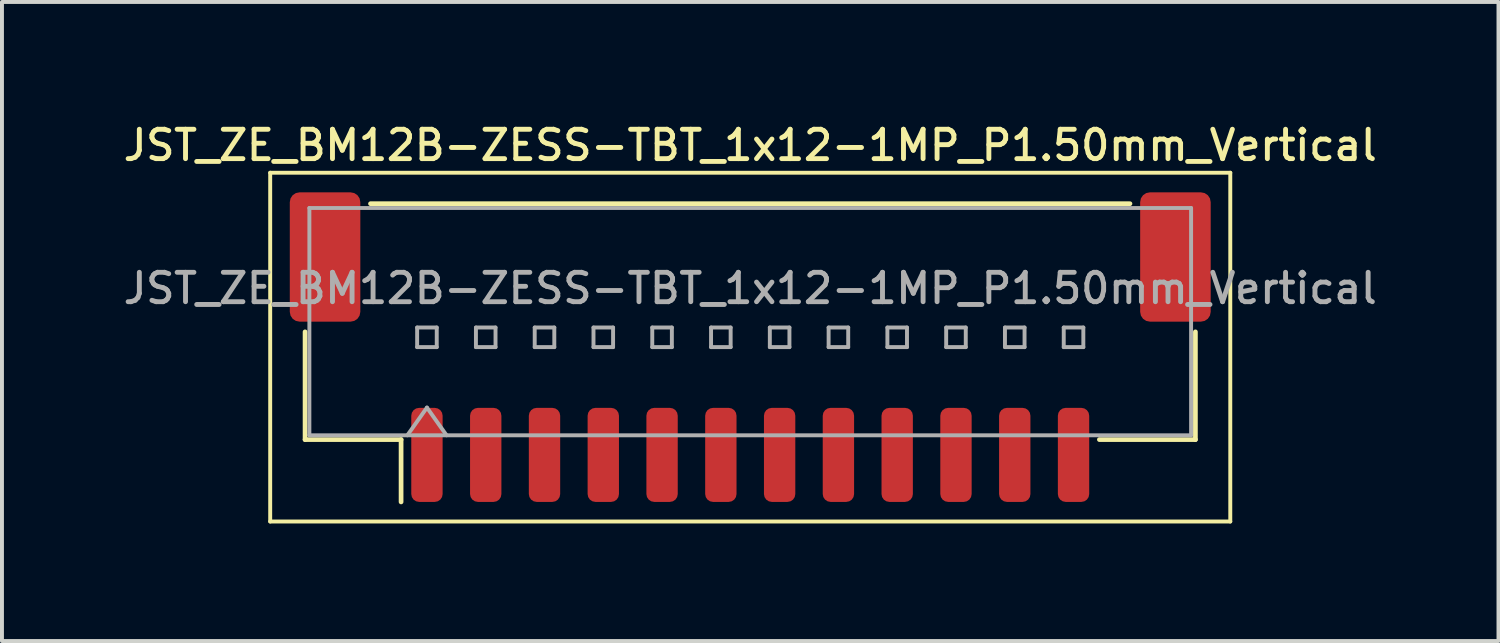
<source format=kicad_pcb>
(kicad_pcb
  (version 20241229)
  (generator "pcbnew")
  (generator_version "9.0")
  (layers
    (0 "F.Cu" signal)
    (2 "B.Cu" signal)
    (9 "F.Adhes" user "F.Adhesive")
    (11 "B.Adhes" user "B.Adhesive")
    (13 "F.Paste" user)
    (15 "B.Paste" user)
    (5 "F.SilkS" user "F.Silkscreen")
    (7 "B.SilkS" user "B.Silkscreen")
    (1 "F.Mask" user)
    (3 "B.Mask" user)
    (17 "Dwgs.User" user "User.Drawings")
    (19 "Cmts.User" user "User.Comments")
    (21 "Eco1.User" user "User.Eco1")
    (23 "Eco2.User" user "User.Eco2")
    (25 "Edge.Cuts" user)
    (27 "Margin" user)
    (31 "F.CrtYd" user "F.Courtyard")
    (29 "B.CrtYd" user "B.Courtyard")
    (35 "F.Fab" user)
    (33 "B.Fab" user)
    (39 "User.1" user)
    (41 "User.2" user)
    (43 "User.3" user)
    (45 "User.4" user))
  (footprint "JST_ZE_BM12B-ZESS-TBT_1x12-1MP_P1.50mm_Vertical"
    (layer "F.Cu")
    (at 16.095 5.808)
    (property "Reference" "JST_ZE_BM12B-ZESS-TBT_1x12-1MP_P1.50mm_Vertical" (at 0 -5.15 0) (layer "F.SilkS") (effects (font (size 0.75 0.75) (thickness 0.125))))
    (attr smd)
    (fp_line (start -12.25 -4.45) (end -12.25 4.45) (stroke (width 0.1) (type solid)) (layer "F.SilkS"))
    (fp_line (start -12.25 4.45) (end 12.25 4.45) (stroke (width 0.1) (type solid)) (layer "F.SilkS"))
    (fp_line (start -11.36 -0.39) (end -11.36 2.36) (stroke (width 0.12) (type solid)) (layer "F.SilkS"))
    (fp_line (start -11.36 2.36) (end -8.91 2.36) (stroke (width 0.12) (type solid)) (layer "F.SilkS"))
    (fp_line (start -9.69 -3.66) (end 9.69 -3.66) (stroke (width 0.12) (type solid)) (layer "F.SilkS"))
    (fp_line (start -8.91 2.36) (end -8.91 3.95) (stroke (width 0.12) (type solid)) (layer "F.SilkS"))
    (fp_line (start 11.36 -0.39) (end 11.36 2.36) (stroke (width 0.12) (type solid)) (layer "F.SilkS"))
    (fp_line (start 11.36 2.36) (end 8.91 2.36) (stroke (width 0.12) (type solid)) (layer "F.SilkS"))
    (fp_line (start 12.25 -4.45) (end -12.25 -4.45) (stroke (width 0.1) (type solid)) (layer "F.SilkS"))
    (fp_line (start 12.25 4.45) (end 12.25 -4.45) (stroke (width 0.1) (type solid)) (layer "F.SilkS"))
    (fp_line (start -11.25 -3.55) (end 11.25 -3.55) (stroke (width 0.1) (type solid)) (layer "F.Fab"))
    (fp_line (start -11.25 2.25) (end -11.25 -3.55) (stroke (width 0.1) (type solid)) (layer "F.Fab"))
    (fp_line (start -11.25 2.25) (end 11.25 2.25) (stroke (width 0.1) (type solid)) (layer "F.Fab"))
    (fp_line (start -8.75 2.25) (end -8.25 1.543) (stroke (width 0.1) (type solid)) (layer "F.Fab"))
    (fp_line (start -8.5 -0.5) (end -8.5 0) (stroke (width 0.1) (type solid)) (layer "F.Fab"))
    (fp_line (start -8.5 0) (end -8 0) (stroke (width 0.1) (type solid)) (layer "F.Fab"))
    (fp_line (start -8.25 1.543) (end -7.75 2.25) (stroke (width 0.1) (type solid)) (layer "F.Fab"))
    (fp_line (start -8 -0.5) (end -8.5 -0.5) (stroke (width 0.1) (type solid)) (layer "F.Fab"))
    (fp_line (start -8 0) (end -8 -0.5) (stroke (width 0.1) (type solid)) (layer "F.Fab"))
    (fp_line (start -7 -0.5) (end -7 0) (stroke (width 0.1) (type solid)) (layer "F.Fab"))
    (fp_line (start -7 0) (end -6.5 0) (stroke (width 0.1) (type solid)) (layer "F.Fab"))
    (fp_line (start -6.5 -0.5) (end -7 -0.5) (stroke (width 0.1) (type solid)) (layer "F.Fab"))
    (fp_line (start -6.5 0) (end -6.5 -0.5) (stroke (width 0.1) (type solid)) (layer "F.Fab"))
    (fp_line (start -5.5 -0.5) (end -5.5 0) (stroke (width 0.1) (type solid)) (layer "F.Fab"))
    (fp_line (start -5.5 0) (end -5 0) (stroke (width 0.1) (type solid)) (layer "F.Fab"))
    (fp_line (start -5 -0.5) (end -5.5 -0.5) (stroke (width 0.1) (type solid)) (layer "F.Fab"))
    (fp_line (start -5 0) (end -5 -0.5) (stroke (width 0.1) (type solid)) (layer "F.Fab"))
    (fp_line (start -4 -0.5) (end -4 0) (stroke (width 0.1) (type solid)) (layer "F.Fab"))
    (fp_line (start -4 0) (end -3.5 0) (stroke (width 0.1) (type solid)) (layer "F.Fab"))
    (fp_line (start -3.5 -0.5) (end -4 -0.5) (stroke (width 0.1) (type solid)) (layer "F.Fab"))
    (fp_line (start -3.5 0) (end -3.5 -0.5) (stroke (width 0.1) (type solid)) (layer "F.Fab"))
    (fp_line (start -2.5 -0.5) (end -2.5 0) (stroke (width 0.1) (type solid)) (layer "F.Fab"))
    (fp_line (start -2.5 0) (end -2 0) (stroke (width 0.1) (type solid)) (layer "F.Fab"))
    (fp_line (start -2 -0.5) (end -2.5 -0.5) (stroke (width 0.1) (type solid)) (layer "F.Fab"))
    (fp_line (start -2 0) (end -2 -0.5) (stroke (width 0.1) (type solid)) (layer "F.Fab"))
    (fp_line (start -1 -0.5) (end -1 0) (stroke (width 0.1) (type solid)) (layer "F.Fab"))
    (fp_line (start -1 0) (end -0.5 0) (stroke (width 0.1) (type solid)) (layer "F.Fab"))
    (fp_line (start -0.5 -0.5) (end -1 -0.5) (stroke (width 0.1) (type solid)) (layer "F.Fab"))
    (fp_line (start -0.5 0) (end -0.5 -0.5) (stroke (width 0.1) (type solid)) (layer "F.Fab"))
    (fp_line (start 0.5 -0.5) (end 0.5 0) (stroke (width 0.1) (type solid)) (layer "F.Fab"))
    (fp_line (start 0.5 0) (end 1 0) (stroke (width 0.1) (type solid)) (layer "F.Fab"))
    (fp_line (start 1 -0.5) (end 0.5 -0.5) (stroke (width 0.1) (type solid)) (layer "F.Fab"))
    (fp_line (start 1 0) (end 1 -0.5) (stroke (width 0.1) (type solid)) (layer "F.Fab"))
    (fp_line (start 2 -0.5) (end 2 0) (stroke (width 0.1) (type solid)) (layer "F.Fab"))
    (fp_line (start 2 0) (end 2.5 0) (stroke (width 0.1) (type solid)) (layer "F.Fab"))
    (fp_line (start 2.5 -0.5) (end 2 -0.5) (stroke (width 0.1) (type solid)) (layer "F.Fab"))
    (fp_line (start 2.5 0) (end 2.5 -0.5) (stroke (width 0.1) (type solid)) (layer "F.Fab"))
    (fp_line (start 3.5 -0.5) (end 3.5 0) (stroke (width 0.1) (type solid)) (layer "F.Fab"))
    (fp_line (start 3.5 0) (end 4 0) (stroke (width 0.1) (type solid)) (layer "F.Fab"))
    (fp_line (start 4 -0.5) (end 3.5 -0.5) (stroke (width 0.1) (type solid)) (layer "F.Fab"))
    (fp_line (start 4 0) (end 4 -0.5) (stroke (width 0.1) (type solid)) (layer "F.Fab"))
    (fp_line (start 5 -0.5) (end 5 0) (stroke (width 0.1) (type solid)) (layer "F.Fab"))
    (fp_line (start 5 0) (end 5.5 0) (stroke (width 0.1) (type solid)) (layer "F.Fab"))
    (fp_line (start 5.5 -0.5) (end 5 -0.5) (stroke (width 0.1) (type solid)) (layer "F.Fab"))
    (fp_line (start 5.5 0) (end 5.5 -0.5) (stroke (width 0.1) (type solid)) (layer "F.Fab"))
    (fp_line (start 6.5 -0.5) (end 6.5 0) (stroke (width 0.1) (type solid)) (layer "F.Fab"))
    (fp_line (start 6.5 0) (end 7 0) (stroke (width 0.1) (type solid)) (layer "F.Fab"))
    (fp_line (start 7 -0.5) (end 6.5 -0.5) (stroke (width 0.1) (type solid)) (layer "F.Fab"))
    (fp_line (start 7 0) (end 7 -0.5) (stroke (width 0.1) (type solid)) (layer "F.Fab"))
    (fp_line (start 8 -0.5) (end 8 0) (stroke (width 0.1) (type solid)) (layer "F.Fab"))
    (fp_line (start 8 0) (end 8.5 0) (stroke (width 0.1) (type solid)) (layer "F.Fab"))
    (fp_line (start 8.5 -0.5) (end 8 -0.5) (stroke (width 0.1) (type solid)) (layer "F.Fab"))
    (fp_line (start 8.5 0) (end 8.5 -0.5) (stroke (width 0.1) (type solid)) (layer "F.Fab"))
    (fp_line (start 11.25 2.25) (end 11.25 -3.55) (stroke (width 0.1) (type solid)) (layer "F.Fab"))
    (fp_text user "${REFERENCE}" (at 0 -1.5 0) (layer "F.Fab") (effects (font (size 0.75 0.75) (thickness 0.125))))
    (pad "1" smd roundrect (at -8.25 2.75) (size 0.8 2.4) (layers "F.Cu" "F.Mask" "F.Paste") (roundrect_rratio 0.25))
    (pad "2" smd roundrect (at -6.75 2.75) (size 0.8 2.4) (layers "F.Cu" "F.Mask" "F.Paste") (roundrect_rratio 0.25))
    (pad "3" smd roundrect (at -5.25 2.75) (size 0.8 2.4) (layers "F.Cu" "F.Mask" "F.Paste") (roundrect_rratio 0.25))
    (pad "4" smd roundrect (at -3.75 2.75) (size 0.8 2.4) (layers "F.Cu" "F.Mask" "F.Paste") (roundrect_rratio 0.25))
    (pad "5" smd roundrect (at -2.25 2.75) (size 0.8 2.4) (layers "F.Cu" "F.Mask" "F.Paste") (roundrect_rratio 0.25))
    (pad "6" smd roundrect (at -0.75 2.75) (size 0.8 2.4) (layers "F.Cu" "F.Mask" "F.Paste") (roundrect_rratio 0.25))
    (pad "7" smd roundrect (at 0.75 2.75) (size 0.8 2.4) (layers "F.Cu" "F.Mask" "F.Paste") (roundrect_rratio 0.25))
    (pad "8" smd roundrect (at 2.25 2.75) (size 0.8 2.4) (layers "F.Cu" "F.Mask" "F.Paste") (roundrect_rratio 0.25))
    (pad "9" smd roundrect (at 3.75 2.75) (size 0.8 2.4) (layers "F.Cu" "F.Mask" "F.Paste") (roundrect_rratio 0.25))
    (pad "10" smd roundrect (at 5.25 2.75) (size 0.8 2.4) (layers "F.Cu" "F.Mask" "F.Paste") (roundrect_rratio 0.25))
    (pad "11" smd roundrect (at 6.75 2.75) (size 0.8 2.4) (layers "F.Cu" "F.Mask" "F.Paste") (roundrect_rratio 0.25))
    (pad "12" smd roundrect (at 8.25 2.75) (size 0.8 2.4) (layers "F.Cu" "F.Mask" "F.Paste") (roundrect_rratio 0.25))
    (pad "MP" smd roundrect (at -10.85 -2.3) (size 1.8 3.3) (layers "F.Cu" "F.Mask" "F.Paste") (roundrect_rratio 0.139))
    (pad "MP" smd roundrect (at 10.85 -2.3) (size 1.8 3.3) (layers "F.Cu" "F.Mask" "F.Paste") (roundrect_rratio 0.139)))
  (gr_rect
    (start -3 -3)
    (end 35.189 13.308)
    (stroke (width 0.1) (type default))
    (fill no)
    (layer "Edge.Cuts")))
</source>
